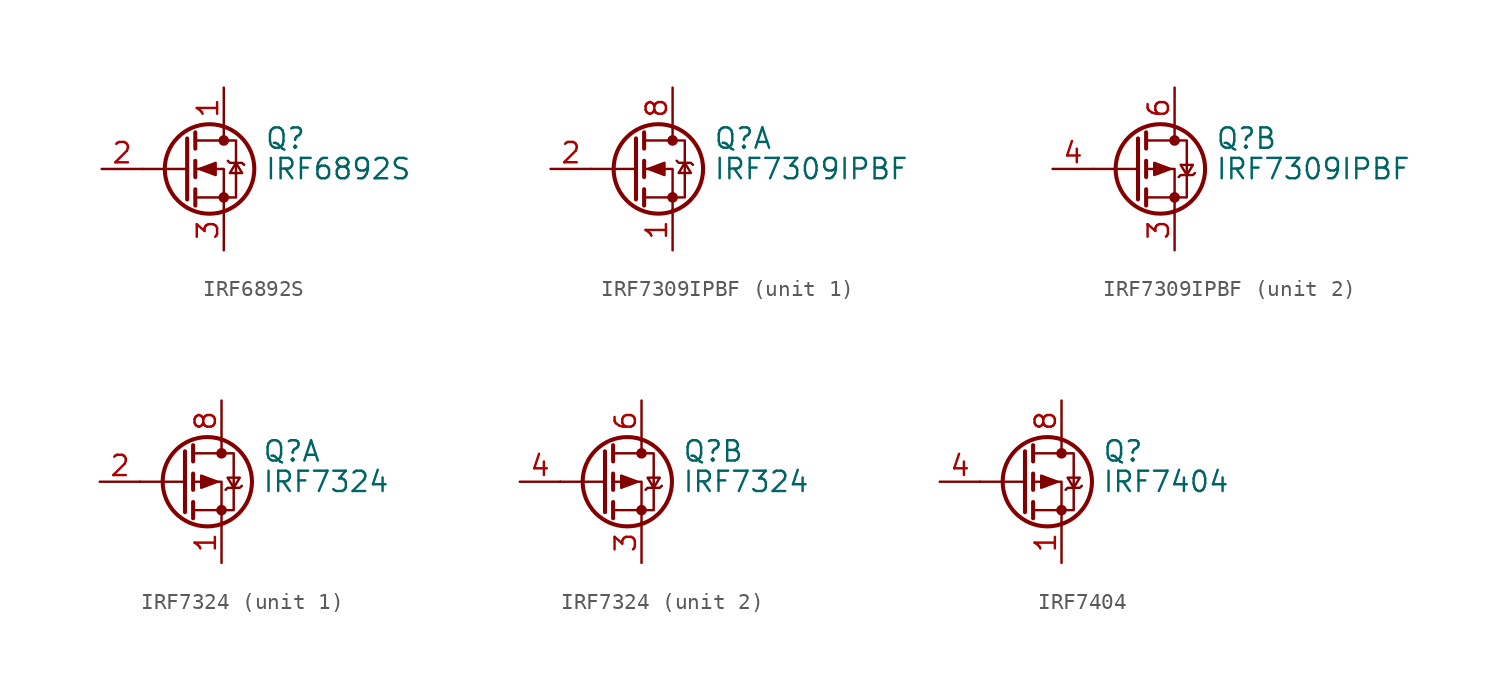
<source format=kicad_sym>
(kicad_symbol_lib
  (version 20211014)
  (generator kicad_symbol_editor)
  (symbol "IRF6892S"
    (pin_names hide)
    (property "Reference" "Q"
      (at 5.08 1.905 0)
      (effects (font (size 1.27 1.27)) (justify left)))
    (property "Value" "IRF6892S"
      (at 5.08 0 0)
      (effects (font (size 1.27 1.27)) (justify left)))
    (symbol "IRF6892S_0_1"
      (polyline (pts (xy 0.254 0) (xy -2.54 0)) (stroke (width 0) (type default) (color 0 0 0 0)) (fill (type none)))
      (polyline (pts (xy 0.254 1.905) (xy 0.254 -1.905)) (stroke (width 0.254) (type default) (color 0 0 0 0)) (fill (type none)))
      (polyline (pts (xy 0.762 -1.27) (xy 0.762 -2.286)) (stroke (width 0.254) (type default) (color 0 0 0 0)) (fill (type none)))
      (polyline (pts (xy 0.762 0.508) (xy 0.762 -0.508)) (stroke (width 0.254) (type default) (color 0 0 0 0)) (fill (type none)))
      (polyline (pts (xy 0.762 2.286) (xy 0.762 1.27)) (stroke (width 0.254) (type default) (color 0 0 0 0)) (fill (type none)))
      (polyline (pts (xy 2.54 2.54) (xy 2.54 1.778)) (stroke (width 0) (type default) (color 0 0 0 0)) (fill (type none)))
      (polyline (pts (xy 2.54 -2.54) (xy 2.54 0) (xy 0.762 0)) (stroke (width 0) (type default) (color 0 0 0 0)) (fill (type none)))
      (polyline (pts (xy 0.762 -1.778) (xy 3.302 -1.778) (xy 3.302 1.778) (xy 0.762 1.778)) (stroke (width 0) (type default) (color 0 0 0 0)) (fill (type none)))
      (polyline (pts (xy 1.016 0) (xy 2.032 0.381) (xy 2.032 -0.381) (xy 1.016 0)) (stroke (width 0) (type default) (color 0 0 0 0)) (fill (type outline)))
      (polyline (pts (xy 2.794 0.508) (xy 2.921 0.381) (xy 3.683 0.381) (xy 3.81 0.254)) (stroke (width 0) (type default) (color 0 0 0 0)) (fill (type none)))
      (polyline (pts (xy 3.302 0.381) (xy 2.921 -0.254) (xy 3.683 -0.254) (xy 3.302 0.381)) (stroke (width 0) (type default) (color 0 0 0 0)) (fill (type none)))
      (circle (center 1.651 0) (radius 2.794) (stroke (width 0.254) (type default) (color 0 0 0 0)) (fill (type none)))
      (circle (center 2.54 -1.778) (radius 0.254) (stroke (width 0) (type default) (color 0 0 0 0)) (fill (type outline)))
      (circle (center 2.54 1.778) (radius 0.254) (stroke (width 0) (type default) (color 0 0 0 0)) (fill (type outline))))
    (symbol "IRF6892S_1_1"
      (pin passive line (at 2.54 5.08 270) (length 2.54) (name "D" (effects (font (size 1.27 1.27)))) (number "1" (effects (font (size 1.27 1.27)))))
      (pin input line (at -5.08 0 0) (length 2.54) (name "G" (effects (font (size 1.27 1.27)))) (number "2" (effects (font (size 1.27 1.27)))))
      (pin passive line (at 2.54 -5.08 90) (length 2.54) (name "S" (effects (font (size 1.27 1.27)))) (number "3" (effects (font (size 1.27 1.27)))))))
  (symbol "IRF7309IPBF"
    (pin_names hide)
    (property "Reference" "Q"
      (at 5.08 1.905 0)
      (effects (font (size 1.27 1.27)) (justify left)))
    (property "Value" "IRF7309IPBF"
      (at 5.08 0 0)
      (effects (font (size 1.27 1.27)) (justify left)))
    (symbol "IRF7309IPBF_0_1"
      (polyline (pts (xy 0.254 0) (xy -2.54 0)) (stroke (width 0) (type default) (color 0 0 0 0)) (fill (type none)))
      (polyline (pts (xy 0.254 1.905) (xy 0.254 -1.905)) (stroke (width 0.254) (type default) (color 0 0 0 0)) (fill (type none)))
      (polyline (pts (xy 0.762 -1.27) (xy 0.762 -2.286)) (stroke (width 0.254) (type default) (color 0 0 0 0)) (fill (type none)))
      (polyline (pts (xy 0.762 0.508) (xy 0.762 -0.508)) (stroke (width 0.254) (type default) (color 0 0 0 0)) (fill (type none)))
      (polyline (pts (xy 0.762 2.286) (xy 0.762 1.27)) (stroke (width 0.254) (type default) (color 0 0 0 0)) (fill (type none)))
      (polyline (pts (xy 2.54 2.54) (xy 2.54 1.778)) (stroke (width 0) (type default) (color 0 0 0 0)) (fill (type none)))
      (polyline (pts (xy 2.54 -2.54) (xy 2.54 0) (xy 0.762 0)) (stroke (width 0) (type default) (color 0 0 0 0)) (fill (type none)))
      (polyline (pts (xy 0.762 -1.778) (xy 3.302 -1.778) (xy 3.302 1.778) (xy 0.762 1.778)) (stroke (width 0) (type default) (color 0 0 0 0)) (fill (type none)))
      (circle (center 1.651 0) (radius 2.794) (stroke (width 0.254) (type default) (color 0 0 0 0)) (fill (type none)))
      (circle (center 2.54 -1.778) (radius 0.254) (stroke (width 0) (type default) (color 0 0 0 0)) (fill (type outline)))
      (circle (center 2.54 1.778) (radius 0.254) (stroke (width 0) (type default) (color 0 0 0 0)) (fill (type outline))))
    (symbol "IRF7309IPBF_1_1"
      (polyline (pts (xy 1.016 0) (xy 2.032 0.381) (xy 2.032 -0.381) (xy 1.016 0)) (stroke (width 0) (type default) (color 0 0 0 0)) (fill (type outline)))
      (polyline (pts (xy 2.794 0.508) (xy 2.921 0.381) (xy 3.683 0.381) (xy 3.81 0.254)) (stroke (width 0) (type default) (color 0 0 0 0)) (fill (type none)))
      (polyline (pts (xy 3.302 0.381) (xy 2.921 -0.254) (xy 3.683 -0.254) (xy 3.302 0.381)) (stroke (width 0) (type default) (color 0 0 0 0)) (fill (type none)))
      (pin passive line (at 2.54 -5.08 90) (length 2.54) (name "S" (effects (font (size 1.27 1.27)))) (number "1" (effects (font (size 1.27 1.27)))))
      (pin input line (at -5.08 0 0) (length 2.54) (name "G" (effects (font (size 1.27 1.27)))) (number "2" (effects (font (size 1.27 1.27)))))
      (pin passive line (at 2.54 5.08 270) (length 2.54) hide (name "D" (effects (font (size 1.27 1.27)))) (number "7" (effects (font (size 1.27 1.27)))))
      (pin passive line (at 2.54 5.08 270) (length 2.54) (name "D" (effects (font (size 1.27 1.27)))) (number "8" (effects (font (size 1.27 1.27))))))
    (symbol "IRF7309IPBF_2_1"
      (polyline (pts (xy 2.286 0) (xy 1.27 0.381) (xy 1.27 -0.381) (xy 2.286 0)) (stroke (width 0) (type default) (color 0 0 0 0)) (fill (type outline)))
      (polyline (pts (xy 2.794 -0.508) (xy 2.921 -0.381) (xy 3.683 -0.381) (xy 3.81 -0.254)) (stroke (width 0) (type default) (color 0 0 0 0)) (fill (type none)))
      (polyline (pts (xy 3.302 -0.381) (xy 2.921 0.254) (xy 3.683 0.254) (xy 3.302 -0.381)) (stroke (width 0) (type default) (color 0 0 0 0)) (fill (type none)))
      (pin passive line (at 2.54 -5.08 90) (length 2.54) (name "1" (effects (font (size 1.27 1.27)))) (number "3" (effects (font (size 1.27 1.27)))))
      (pin input line (at -5.08 0 0) (length 2.54) (name "G" (effects (font (size 1.27 1.27)))) (number "4" (effects (font (size 1.27 1.27)))))
      (pin passive line (at 2.54 5.08 270) (length 2.54) hide (name "D" (effects (font (size 1.27 1.27)))) (number "5" (effects (font (size 1.27 1.27)))))
      (pin passive line (at 2.54 5.08 270) (length 2.54) (name "D" (effects (font (size 1.27 1.27)))) (number "6" (effects (font (size 1.27 1.27)))))))
  (symbol "IRF7324"
    (pin_names hide)
    (property "Reference" "Q"
      (at 5.08 1.905 0)
      (effects (font (size 1.27 1.27)) (justify left)))
    (property "Value" "IRF7324"
      (at 5.08 0 0)
      (effects (font (size 1.27 1.27)) (justify left)))
    (symbol "IRF7324_0_1"
      (polyline (pts (xy 0.254 0) (xy -2.54 0)) (stroke (width 0) (type default) (color 0 0 0 0)) (fill (type none)))
      (polyline (pts (xy 0.254 1.905) (xy 0.254 -1.905)) (stroke (width 0.254) (type default) (color 0 0 0 0)) (fill (type none)))
      (polyline (pts (xy 0.762 -1.27) (xy 0.762 -2.286)) (stroke (width 0.254) (type default) (color 0 0 0 0)) (fill (type none)))
      (polyline (pts (xy 0.762 0.508) (xy 0.762 -0.508)) (stroke (width 0.254) (type default) (color 0 0 0 0)) (fill (type none)))
      (polyline (pts (xy 0.762 2.286) (xy 0.762 1.27)) (stroke (width 0.254) (type default) (color 0 0 0 0)) (fill (type none)))
      (polyline (pts (xy 2.54 2.54) (xy 2.54 1.778)) (stroke (width 0) (type default) (color 0 0 0 0)) (fill (type none)))
      (polyline (pts (xy 2.54 -2.54) (xy 2.54 0) (xy 0.762 0)) (stroke (width 0) (type default) (color 0 0 0 0)) (fill (type none)))
      (polyline (pts (xy 0.762 1.778) (xy 3.302 1.778) (xy 3.302 -1.778) (xy 0.762 -1.778)) (stroke (width 0) (type default) (color 0 0 0 0)) (fill (type none)))
      (polyline (pts (xy 2.286 0) (xy 1.27 0.381) (xy 1.27 -0.381) (xy 2.286 0)) (stroke (width 0) (type default) (color 0 0 0 0)) (fill (type outline)))
      (polyline (pts (xy 2.794 -0.508) (xy 2.921 -0.381) (xy 3.683 -0.381) (xy 3.81 -0.254)) (stroke (width 0) (type default) (color 0 0 0 0)) (fill (type none)))
      (polyline (pts (xy 3.302 -0.381) (xy 2.921 0.254) (xy 3.683 0.254) (xy 3.302 -0.381)) (stroke (width 0) (type default) (color 0 0 0 0)) (fill (type none)))
      (circle (center 1.651 0) (radius 2.794) (stroke (width 0.254) (type default) (color 0 0 0 0)) (fill (type none)))
      (circle (center 2.54 -1.778) (radius 0.254) (stroke (width 0) (type default) (color 0 0 0 0)) (fill (type outline)))
      (circle (center 2.54 1.778) (radius 0.254) (stroke (width 0) (type default) (color 0 0 0 0)) (fill (type outline))))
    (symbol "IRF7324_1_1"
      (pin passive line (at 2.54 -5.08 90) (length 2.54) (name "S1" (effects (font (size 1.27 1.27)))) (number "1" (effects (font (size 1.27 1.27)))))
      (pin input line (at -5.08 0 0) (length 2.54) (name "G1" (effects (font (size 1.27 1.27)))) (number "2" (effects (font (size 1.27 1.27)))))
      (pin passive line (at 2.54 5.08 270) (length 2.54) hide (name "D1" (effects (font (size 1.27 1.27)))) (number "7" (effects (font (size 1.27 1.27)))))
      (pin passive line (at 2.54 5.08 270) (length 2.54) (name "D1" (effects (font (size 1.27 1.27)))) (number "8" (effects (font (size 1.27 1.27))))))
    (symbol "IRF7324_2_1"
      (pin passive line (at 2.54 -5.08 90) (length 2.54) (name "S2" (effects (font (size 1.27 1.27)))) (number "3" (effects (font (size 1.27 1.27)))))
      (pin input line (at -5.08 0 0) (length 2.54) (name "G2" (effects (font (size 1.27 1.27)))) (number "4" (effects (font (size 1.27 1.27)))))
      (pin passive line (at 2.54 5.08 270) (length 2.54) hide (name "D2" (effects (font (size 1.27 1.27)))) (number "5" (effects (font (size 1.27 1.27)))))
      (pin passive line (at 2.54 5.08 270) (length 2.54) (name "D2" (effects (font (size 1.27 1.27)))) (number "6" (effects (font (size 1.27 1.27)))))))
  (symbol "IRF7404"
    (pin_names hide)
    (property "Reference" "Q"
      (at 5.08 1.905 0)
      (effects (font (size 1.27 1.27)) (justify left)))
    (property "Value" "IRF7404"
      (at 5.08 0 0)
      (effects (font (size 1.27 1.27)) (justify left)))
    (symbol "IRF7404_0_1"
      (polyline (pts (xy 0.254 0) (xy -2.54 0)) (stroke (width 0) (type default) (color 0 0 0 0)) (fill (type none)))
      (polyline (pts (xy 0.254 1.905) (xy 0.254 -1.905)) (stroke (width 0.254) (type default) (color 0 0 0 0)) (fill (type none)))
      (polyline (pts (xy 0.762 -1.27) (xy 0.762 -2.286)) (stroke (width 0.254) (type default) (color 0 0 0 0)) (fill (type none)))
      (polyline (pts (xy 0.762 0.508) (xy 0.762 -0.508)) (stroke (width 0.254) (type default) (color 0 0 0 0)) (fill (type none)))
      (polyline (pts (xy 0.762 2.286) (xy 0.762 1.27)) (stroke (width 0.254) (type default) (color 0 0 0 0)) (fill (type none)))
      (polyline (pts (xy 2.54 2.54) (xy 2.54 1.778)) (stroke (width 0) (type default) (color 0 0 0 0)) (fill (type none)))
      (polyline (pts (xy 2.54 -2.54) (xy 2.54 0) (xy 0.762 0)) (stroke (width 0) (type default) (color 0 0 0 0)) (fill (type none)))
      (polyline (pts (xy 0.762 1.778) (xy 3.302 1.778) (xy 3.302 -1.778) (xy 0.762 -1.778)) (stroke (width 0) (type default) (color 0 0 0 0)) (fill (type none)))
      (polyline (pts (xy 2.286 0) (xy 1.27 0.381) (xy 1.27 -0.381) (xy 2.286 0)) (stroke (width 0) (type default) (color 0 0 0 0)) (fill (type outline)))
      (polyline (pts (xy 2.794 -0.508) (xy 2.921 -0.381) (xy 3.683 -0.381) (xy 3.81 -0.254)) (stroke (width 0) (type default) (color 0 0 0 0)) (fill (type none)))
      (polyline (pts (xy 3.302 -0.381) (xy 2.921 0.254) (xy 3.683 0.254) (xy 3.302 -0.381)) (stroke (width 0) (type default) (color 0 0 0 0)) (fill (type none)))
      (circle (center 1.651 0) (radius 2.794) (stroke (width 0.254) (type default) (color 0 0 0 0)) (fill (type none)))
      (circle (center 2.54 -1.778) (radius 0.254) (stroke (width 0) (type default) (color 0 0 0 0)) (fill (type outline)))
      (circle (center 2.54 1.778) (radius 0.254) (stroke (width 0) (type default) (color 0 0 0 0)) (fill (type outline))))
    (symbol "IRF7404_1_1"
      (pin passive line (at 2.54 -5.08 90) (length 2.54) (name "S" (effects (font (size 1.27 1.27)))) (number "1" (effects (font (size 1.27 1.27)))))
      (pin passive line (at 2.54 -5.08 90) (length 2.54) hide (name "S" (effects (font (size 1.27 1.27)))) (number "2" (effects (font (size 1.27 1.27)))))
      (pin passive line (at 2.54 -5.08 90) (length 2.54) hide (name "S" (effects (font (size 1.27 1.27)))) (number "3" (effects (font (size 1.27 1.27)))))
      (pin passive line (at -5.08 0 0) (length 2.54) (name "G" (effects (font (size 1.27 1.27)))) (number "4" (effects (font (size 1.27 1.27)))))
      (pin passive line (at 2.54 5.08 270) (length 2.54) hide (name "D" (effects (font (size 1.27 1.27)))) (number "5" (effects (font (size 1.27 1.27)))))
      (pin passive line (at 2.54 5.08 270) (length 2.54) hide (name "D" (effects (font (size 1.27 1.27)))) (number "6" (effects (font (size 1.27 1.27)))))
      (pin passive line (at 2.54 5.08 270) (length 2.54) hide (name "D" (effects (font (size 1.27 1.27)))) (number "7" (effects (font (size 1.27 1.27)))))
      (pin passive line (at 2.54 5.08 270) (length 2.54) (name "D" (effects (font (size 1.27 1.27)))) (number "8" (effects (font (size 1.27 1.27))))))))
</source>
